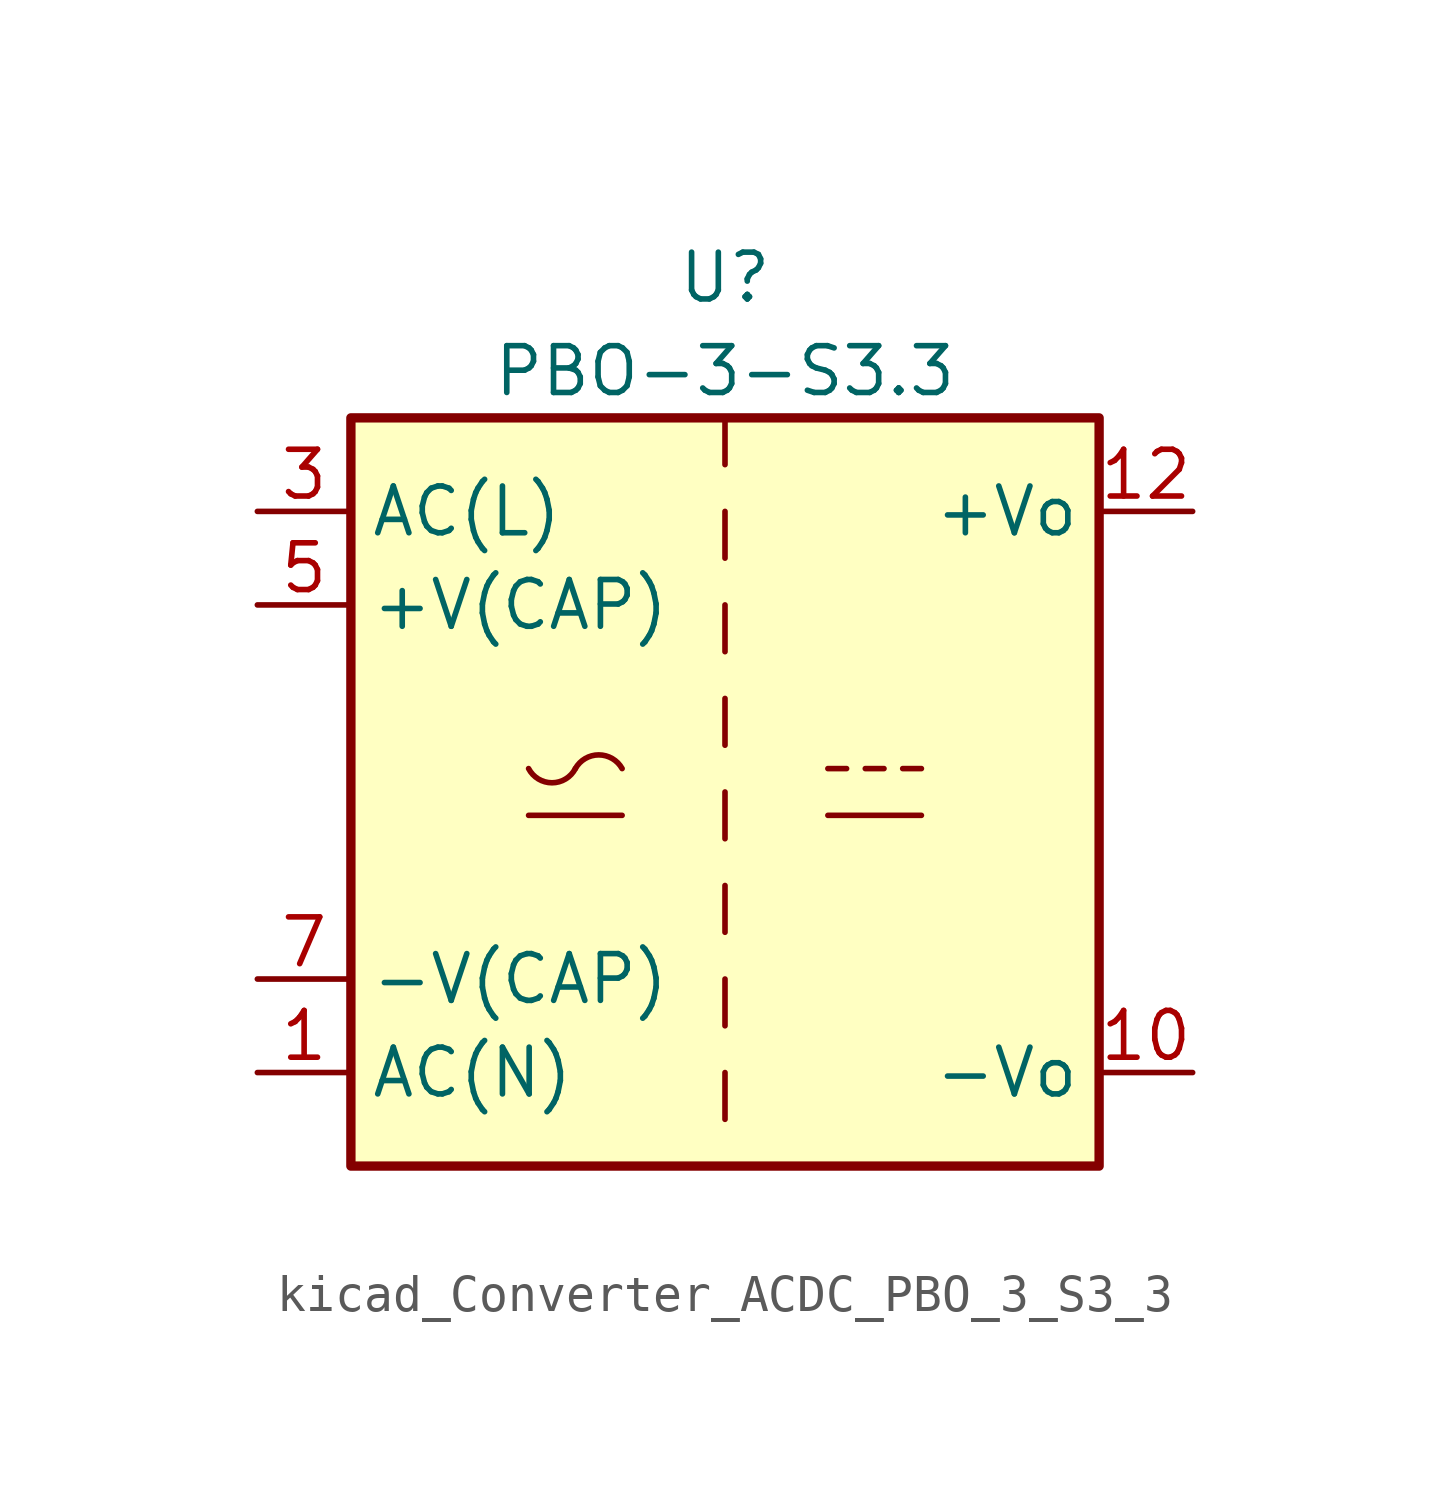
<source format=kicad_sym>
(kicad_symbol_lib
  (version 20220914)
  (generator kicad_symbol_editor)
  (symbol "kicad_Converter_ACDC_PBO_3_S3_3"
    (property "Reference" "U"
      (at 0 13.97 0)
      (effects (font (size 1.27 1.27))))
    (property "Value" "PBO-3-S3.3"
      (at 0 11.43 0)
      (effects (font (size 1.27 1.27))))
    (symbol "kicad_Converter_ACDC_PBO_3_S3_3_1_1"
      (rectangle (start -10.16 10.16) (end 10.16 -10.16) (stroke (width 0.254) (type default)) (fill (type background)))
      (arc (start -5.334 0.635) (mid -4.699 0.2495) (end -4.064 0.635) (stroke (width 0) (type default)) (fill (type none)))
      (arc (start -2.794 0.635) (mid -3.429 1.0072) (end -4.064 0.635) (stroke (width 0) (type default)) (fill (type none)))
      (polyline (pts (xy -5.334 -0.635) (xy -2.794 -0.635)) (stroke (width 0) (type default)) (fill (type none)))
      (polyline (pts (xy 0 -7.62) (xy 0 -8.89)) (stroke (width 0) (type default)) (fill (type none)))
      (polyline (pts (xy 0 -5.08) (xy 0 -6.35)) (stroke (width 0) (type default)) (fill (type none)))
      (polyline (pts (xy 0 -2.54) (xy 0 -3.81)) (stroke (width 0) (type default)) (fill (type none)))
      (polyline (pts (xy 0 0) (xy 0 -1.27)) (stroke (width 0) (type default)) (fill (type none)))
      (polyline (pts (xy 0 2.54) (xy 0 1.27)) (stroke (width 0) (type default)) (fill (type none)))
      (polyline (pts (xy 0 5.08) (xy 0 3.81)) (stroke (width 0) (type default)) (fill (type none)))
      (polyline (pts (xy 0 7.62) (xy 0 6.35)) (stroke (width 0) (type default)) (fill (type none)))
      (polyline (pts (xy 0 10.16) (xy 0 8.89)) (stroke (width 0) (type default)) (fill (type none)))
      (polyline (pts (xy 2.794 -0.635) (xy 5.334 -0.635)) (stroke (width 0) (type default)) (fill (type none)))
      (polyline (pts (xy 2.794 0.635) (xy 3.302 0.635)) (stroke (width 0) (type default)) (fill (type none)))
      (polyline (pts (xy 3.81 0.635) (xy 4.318 0.635)) (stroke (width 0) (type default)) (fill (type none)))
      (polyline (pts (xy 4.826 0.635) (xy 5.334 0.635)) (stroke (width 0) (type default)) (fill (type none)))
      (pin power_in line (at -12.7 -7.62 0) (length 2.54) (name "AC(N)" (effects (font (size 1.27 1.27)))) (number "1" (effects (font (size 1.27 1.27)))))
      (pin power_out line (at 12.7 -7.62 180) (length 2.54) (name "-Vo" (effects (font (size 1.27 1.27)))) (number "10" (effects (font (size 1.27 1.27)))))
      (pin power_out line (at 12.7 7.62 180) (length 2.54) (name "+Vo" (effects (font (size 1.27 1.27)))) (number "12" (effects (font (size 1.27 1.27)))))
      (pin power_in line (at -12.7 7.62 0) (length 2.54) (name "AC(L)" (effects (font (size 1.27 1.27)))) (number "3" (effects (font (size 1.27 1.27)))))
      (pin passive line (at -12.7 5.08 0) (length 2.54) (name "+V(CAP)" (effects (font (size 1.27 1.27)))) (number "5" (effects (font (size 1.27 1.27)))))
      (pin passive line (at -12.7 -5.08 0) (length 2.54) (name "-V(CAP)" (effects (font (size 1.27 1.27)))) (number "7" (effects (font (size 1.27 1.27))))))))
</source>
